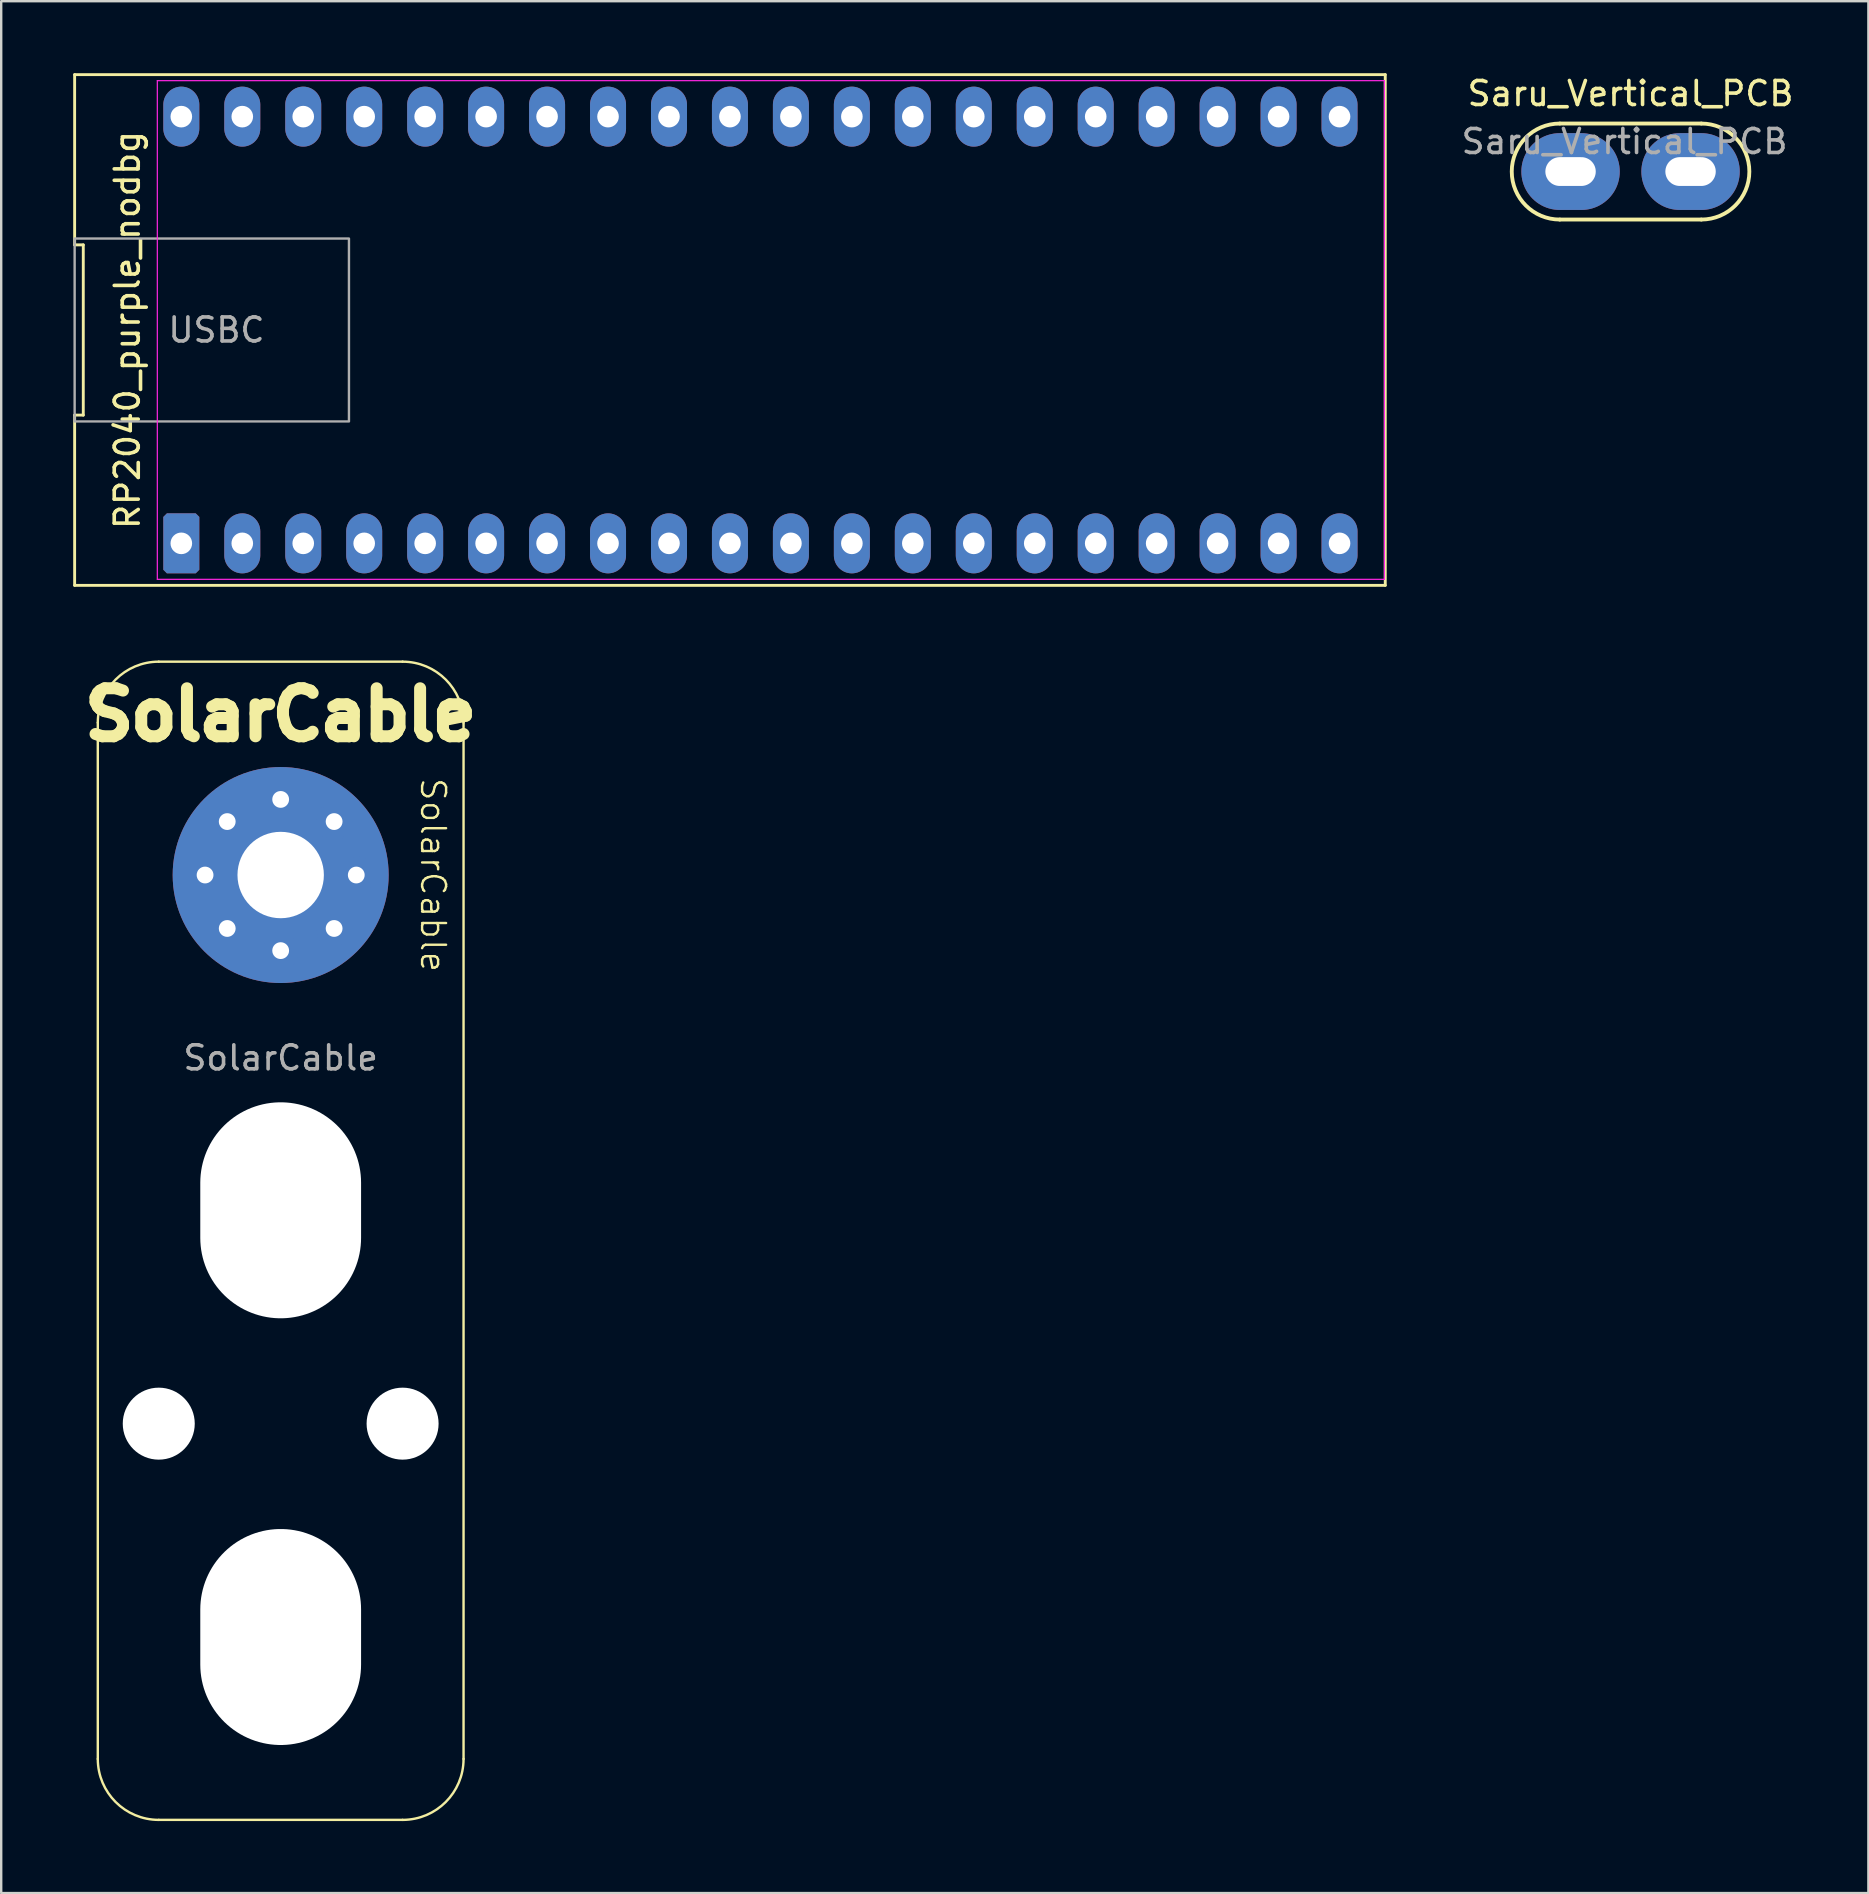
<source format=kicad_pcb>
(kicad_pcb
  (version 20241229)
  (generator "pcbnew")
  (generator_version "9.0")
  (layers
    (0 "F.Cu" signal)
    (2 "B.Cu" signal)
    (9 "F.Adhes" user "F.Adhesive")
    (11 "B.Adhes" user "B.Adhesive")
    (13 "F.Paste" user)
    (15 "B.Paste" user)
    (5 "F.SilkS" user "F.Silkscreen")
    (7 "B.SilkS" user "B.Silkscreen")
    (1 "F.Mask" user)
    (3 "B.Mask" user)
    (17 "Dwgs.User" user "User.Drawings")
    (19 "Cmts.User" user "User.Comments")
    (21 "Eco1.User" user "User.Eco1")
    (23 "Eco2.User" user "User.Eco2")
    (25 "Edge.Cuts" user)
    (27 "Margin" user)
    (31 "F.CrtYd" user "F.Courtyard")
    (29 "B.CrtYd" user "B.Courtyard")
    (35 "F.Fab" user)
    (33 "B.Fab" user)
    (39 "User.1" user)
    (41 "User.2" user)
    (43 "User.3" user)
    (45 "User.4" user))
  (footprint "Saru_Vertical_PCB"
    (layer "F.Cu")
    (at 64.891 4.098)
    (property "Reference" "Saru_Vertical_PCB" (at 0 -3.25 0) (layer "F.SilkS") (effects (font (size 1 1) (thickness 0.15))))
    (attr through_hole)
    (fp_line (start -2.95 -2) (end 2.95 -2) (stroke (width 0.16) (type solid)) (layer "F.SilkS"))
    (fp_line (start -2.95 2) (end 2.95 2) (stroke (width 0.16) (type solid)) (layer "F.SilkS"))
    (fp_arc (start -2.95 2) (mid -4.95 0) (end -2.95 -2) (stroke (width 0.16) (type solid)) (layer "F.SilkS"))
    (fp_arc (start 2.95 -2) (mid 4.95 0) (end 2.95 2) (stroke (width 0.16) (type solid)) (layer "F.SilkS"))
    (fp_text user "${REFERENCE}" (at -0.25 -1.25 0) (layer "F.Fab") (effects (font (size 1 1) (thickness 0.15))))
    (pad "1" thru_hole oval (at -2.5 0) (size 4.1 3.2) (drill oval 2.1 1.2) (layers "*.Cu" "*.Mask"))
    (pad "1" thru_hole oval (at 2.5 0) (size 4.1 3.2) (drill oval 2.1 1.2) (layers "*.Cu" "*.Mask")))
  (footprint "RP2040_purple_nodbg"
    (layer "F.Cu")
    (at 28.635 10.7)
    (property "Reference" "RP2040_purple_nodbg" (at -26.38 0 90) (layer "F.SilkS") (effects (font (size 1 1) (thickness 0.15))))
    (attr through_hole)
    (fp_line (start -28.575 -10.64) (end -28.575 -3.547) (stroke (width 0.12) (type default)) (layer "F.SilkS"))
    (fp_line (start -28.575 -3.547) (end -28.215 -3.547) (stroke (width 0.12) (type default)) (layer "F.SilkS"))
    (fp_line (start -28.575 3.547) (end -28.575 10.64) (stroke (width 0.12) (type default)) (layer "F.SilkS"))
    (fp_line (start -28.575 10.64) (end 26.035 10.64) (stroke (width 0.12) (type default)) (layer "F.SilkS"))
    (fp_line (start -28.215 -3.547) (end -28.215 3.547) (stroke (width 0.12) (type default)) (layer "F.SilkS"))
    (fp_line (start -28.215 3.547) (end -28.575 3.547) (stroke (width 0.12) (type default)) (layer "F.SilkS"))
    (fp_line (start 26.035 -10.64) (end -28.575 -10.64) (stroke (width 0.12) (type default)) (layer "F.SilkS"))
    (fp_line (start 26.035 10.64) (end 26.035 -10.64) (stroke (width 0.12) (type default)) (layer "F.SilkS"))
    (fp_line (start -25.13 -10.39) (end 26 -10.39) (stroke (width 0.05) (type default)) (layer "F.CrtYd"))
    (fp_line (start -25.13 10.39) (end -25.13 -10.39) (stroke (width 0.05) (type default)) (layer "F.CrtYd"))
    (fp_line (start 26 -10.39) (end 26 10.39) (stroke (width 0.05) (type default)) (layer "F.CrtYd"))
    (fp_line (start 26 10.39) (end -25.13 10.39) (stroke (width 0.05) (type default)) (layer "F.CrtYd"))
    (fp_rect (start -28.575 -3.81) (end -17.145 3.81) (stroke (width 0.1) (type default)) (fill no) (layer "F.Fab"))
    (fp_text user "USBC" (at -24.765 0 0) (unlocked yes) (layer "F.Fab") (effects (font (size 1 1) (thickness 0.15)) (justify left)))
    (pad "1" thru_hole roundrect (at -24.13 8.89) (size 1.5 2.5) (drill 0.9) (layers "*.Cu" "*.Mask") (roundrect_rratio 0) (chamfer_ratio 0.1) (chamfer top_left top_right bottom_left bottom_right))
    (pad "2" thru_hole oval (at -21.59 8.89) (size 1.5 2.5) (drill 0.9) (layers "*.Cu" "*.Mask"))
    (pad "3" thru_hole oval (at -19.05 8.89) (size 1.5 2.5) (drill 0.9) (layers "*.Cu" "*.Mask"))
    (pad "4" thru_hole oval (at -16.51 8.89) (size 1.5 2.5) (drill 0.9) (layers "*.Cu" "*.Mask"))
    (pad "5" thru_hole oval (at -13.97 8.89) (size 1.5 2.5) (drill 0.9) (layers "*.Cu" "*.Mask"))
    (pad "6" thru_hole oval (at -11.43 8.89) (size 1.5 2.5) (drill 0.9) (layers "*.Cu" "*.Mask"))
    (pad "7" thru_hole oval (at -8.89 8.89) (size 1.5 2.5) (drill 0.9) (layers "*.Cu" "*.Mask"))
    (pad "8" thru_hole oval (at -6.35 8.89) (size 1.5 2.5) (drill 0.9) (layers "*.Cu" "*.Mask"))
    (pad "9" thru_hole oval (at -3.81 8.89) (size 1.5 2.5) (drill 0.9) (layers "*.Cu" "*.Mask"))
    (pad "10" thru_hole oval (at -1.27 8.89) (size 1.5 2.5) (drill 0.9) (layers "*.Cu" "*.Mask"))
    (pad "11" thru_hole oval (at 1.27 8.89) (size 1.5 2.5) (drill 0.9) (layers "*.Cu" "*.Mask"))
    (pad "12" thru_hole oval (at 3.81 8.89) (size 1.5 2.5) (drill 0.9) (layers "*.Cu" "*.Mask"))
    (pad "13" thru_hole oval (at 6.35 8.89) (size 1.5 2.5) (drill 0.9) (layers "*.Cu" "*.Mask"))
    (pad "14" thru_hole oval (at 8.89 8.89) (size 1.5 2.5) (drill 0.9) (layers "*.Cu" "*.Mask"))
    (pad "15" thru_hole oval (at 11.43 8.89) (size 1.5 2.5) (drill 0.9) (layers "*.Cu" "*.Mask"))
    (pad "16" thru_hole oval (at 13.97 8.89) (size 1.5 2.5) (drill 0.9) (layers "*.Cu" "*.Mask"))
    (pad "17" thru_hole oval (at 16.51 8.89) (size 1.5 2.5) (drill 0.9) (layers "*.Cu" "*.Mask"))
    (pad "18" thru_hole oval (at 19.05 8.89) (size 1.5 2.5) (drill 0.9) (layers "*.Cu" "*.Mask"))
    (pad "19" thru_hole oval (at 21.59 8.89) (size 1.5 2.5) (drill 0.9) (layers "*.Cu" "*.Mask"))
    (pad "20" thru_hole oval (at 24.13 8.89) (size 1.5 2.5) (drill 0.9) (layers "*.Cu" "*.Mask"))
    (pad "21" thru_hole oval (at 24.13 -8.89) (size 1.5 2.5) (drill 0.9) (layers "*.Cu" "*.Mask"))
    (pad "22" thru_hole oval (at 21.59 -8.89) (size 1.5 2.5) (drill 0.9) (layers "*.Cu" "*.Mask"))
    (pad "23" thru_hole oval (at 19.05 -8.89) (size 1.5 2.5) (drill 0.9) (layers "*.Cu" "*.Mask"))
    (pad "24" thru_hole oval (at 16.51 -8.89) (size 1.5 2.5) (drill 0.9) (layers "*.Cu" "*.Mask"))
    (pad "25" thru_hole oval (at 13.97 -8.89) (size 1.5 2.5) (drill 0.9) (layers "*.Cu" "*.Mask"))
    (pad "26" thru_hole oval (at 11.43 -8.89) (size 1.5 2.5) (drill 0.9) (layers "*.Cu" "*.Mask"))
    (pad "27" thru_hole oval (at 8.89 -8.89) (size 1.5 2.5) (drill 0.9) (layers "*.Cu" "*.Mask"))
    (pad "28" thru_hole oval (at 6.35 -8.89) (size 1.5 2.5) (drill 0.9) (layers "*.Cu" "*.Mask"))
    (pad "29" thru_hole oval (at 3.81 -8.89) (size 1.5 2.5) (drill 0.9) (layers "*.Cu" "*.Mask"))
    (pad "30" thru_hole oval (at 1.27 -8.89) (size 1.5 2.5) (drill 0.9) (layers "*.Cu" "*.Mask"))
    (pad "31" thru_hole oval (at -1.27 -8.89) (size 1.5 2.5) (drill 0.9) (layers "*.Cu" "*.Mask"))
    (pad "32" thru_hole oval (at -3.81 -8.89) (size 1.5 2.5) (drill 0.9) (layers "*.Cu" "*.Mask"))
    (pad "33" thru_hole oval (at -6.35 -8.89) (size 1.5 2.5) (drill 0.9) (layers "*.Cu" "*.Mask"))
    (pad "34" thru_hole oval (at -8.89 -8.89) (size 1.5 2.5) (drill 0.9) (layers "*.Cu" "*.Mask"))
    (pad "35" thru_hole oval (at -11.43 -8.89) (size 1.5 2.5) (drill 0.9) (layers "*.Cu" "*.Mask"))
    (pad "36" thru_hole oval (at -13.97 -8.89) (size 1.5 2.5) (drill 0.9) (layers "*.Cu" "*.Mask"))
    (pad "37" thru_hole oval (at -16.51 -8.89) (size 1.5 2.5) (drill 0.9) (layers "*.Cu" "*.Mask"))
    (pad "38" thru_hole oval (at -19.05 -8.89) (size 1.5 2.5) (drill 0.9) (layers "*.Cu" "*.Mask"))
    (pad "39" thru_hole oval (at -21.59 -8.89) (size 1.5 2.5) (drill 0.9) (layers "*.Cu" "*.Mask"))
    (pad "40" thru_hole oval (at -24.13 -8.89) (size 1.5 2.5) (drill 0.9) (layers "*.Cu" "*.Mask")))
  (footprint "SolarCable"
    (layer "F.Cu")
    (at 8.645 33.41)
    (property "Reference" "SolarCable" (at 6.35 0 270) (unlocked yes) (layer "F.SilkS") (effects (font (size 1 1) (thickness 0.1))))
    (property "Value" "SolarCable" (at 0 5.08 0) (unlocked yes) (layer "F.Fab") (hide yes) (effects (font (size 1 1) (thickness 0.15))))
    (attr through_hole)
    (fp_line (start -7.62 36.83) (end -7.62 -6.35) (stroke (width 0.1) (type default)) (layer "F.SilkS"))
    (fp_line (start 5.08 -8.89) (end -5.08 -8.89) (stroke (width 0.1) (type default)) (layer "F.SilkS"))
    (fp_line (start 5.08 39.37) (end -5.08 39.37) (stroke (width 0.1) (type default)) (layer "F.SilkS"))
    (fp_line (start 7.62 -6.35) (end 7.62 36.83) (stroke (width 0.1) (type default)) (layer "F.SilkS"))
    (fp_arc (start -7.62 -6.35) (mid -6.876051 -8.146051) (end -5.08 -8.89) (stroke (width 0.1) (type default)) (layer "F.SilkS"))
    (fp_arc (start -5.08 39.37) (mid -6.876051 38.626051) (end -7.62 36.83) (stroke (width 0.1) (type default)) (layer "F.SilkS"))
    (fp_arc (start 5.08 -8.89) (mid 6.876051 -8.146051) (end 7.62 -6.35) (stroke (width 0.1) (type default)) (layer "F.SilkS"))
    (fp_arc (start 7.62 36.83) (mid 6.876051 38.626051) (end 5.08 39.37) (stroke (width 0.1) (type default)) (layer "F.SilkS"))
    (fp_text user "${VALUE}" (at 0 -5.51 0) (unlocked yes) (layer "F.SilkS") (effects (font (size 2 2) (thickness 0.5) (bold yes)) (justify bottom)))
    (fp_text user "${REFERENCE}" (at 0 7.62 0) (unlocked yes) (layer "F.Fab") (effects (font (size 1 1) (thickness 0.15))))
    (pad "" np_thru_hole circle (at -5.08 22.86 180) (size 3 3) (drill 3) (layers "*.Cu" "*.Mask"))
    (pad "" np_thru_hole oval (at 0 13.97 180) (size 6.7 9) (drill oval 6.7 9) (layers "*.Cu" "*.Mask"))
    (pad "" np_thru_hole oval (at 0 31.75 180) (size 6.7 9) (drill oval 6.7 9) (layers "*.Cu" "*.Mask"))
    (pad "" np_thru_hole circle (at 5.08 22.86 180) (size 3 3) (drill 3) (layers "*.Cu" "*.Mask"))
    (pad "1" thru_hole circle (at -3.15 0) (size 1.524 1.524) (drill 0.7) (layers "*.Cu" "*.Mask"))
    (pad "1" thru_hole circle (at -2.227 -2.227) (size 1.524 1.524) (drill 0.7) (layers "*.Cu" "*.Mask"))
    (pad "1" thru_hole circle (at -2.227 2.227) (size 1.524 1.524) (drill 0.7) (layers "*.Cu" "*.Mask"))
    (pad "1" thru_hole circle (at 0 -3.15) (size 1.524 1.524) (drill 0.7) (layers "*.Cu" "*.Mask"))
    (pad "1" thru_hole circle (at 0 0 180) (size 9 9) (drill 3.6) (layers "*.Cu" "*.Mask"))
    (pad "1" thru_hole circle (at 0 3.15) (size 1.524 1.524) (drill 0.7) (layers "*.Cu" "*.Mask"))
    (pad "1" thru_hole circle (at 2.227 -2.227) (size 1.524 1.524) (drill 0.7) (layers "*.Cu" "*.Mask"))
    (pad "1" thru_hole circle (at 2.227 2.227) (size 1.524 1.524) (drill 0.7) (layers "*.Cu" "*.Mask"))
    (pad "1" thru_hole circle (at 3.15 0) (size 1.524 1.524) (drill 0.7) (layers "*.Cu" "*.Mask")))
  (gr_rect
    (start -3 -3)
    (end 74.801 75.83)
    (stroke (width 0.1) (type default))
    (fill no)
    (layer "Edge.Cuts")))
</source>
